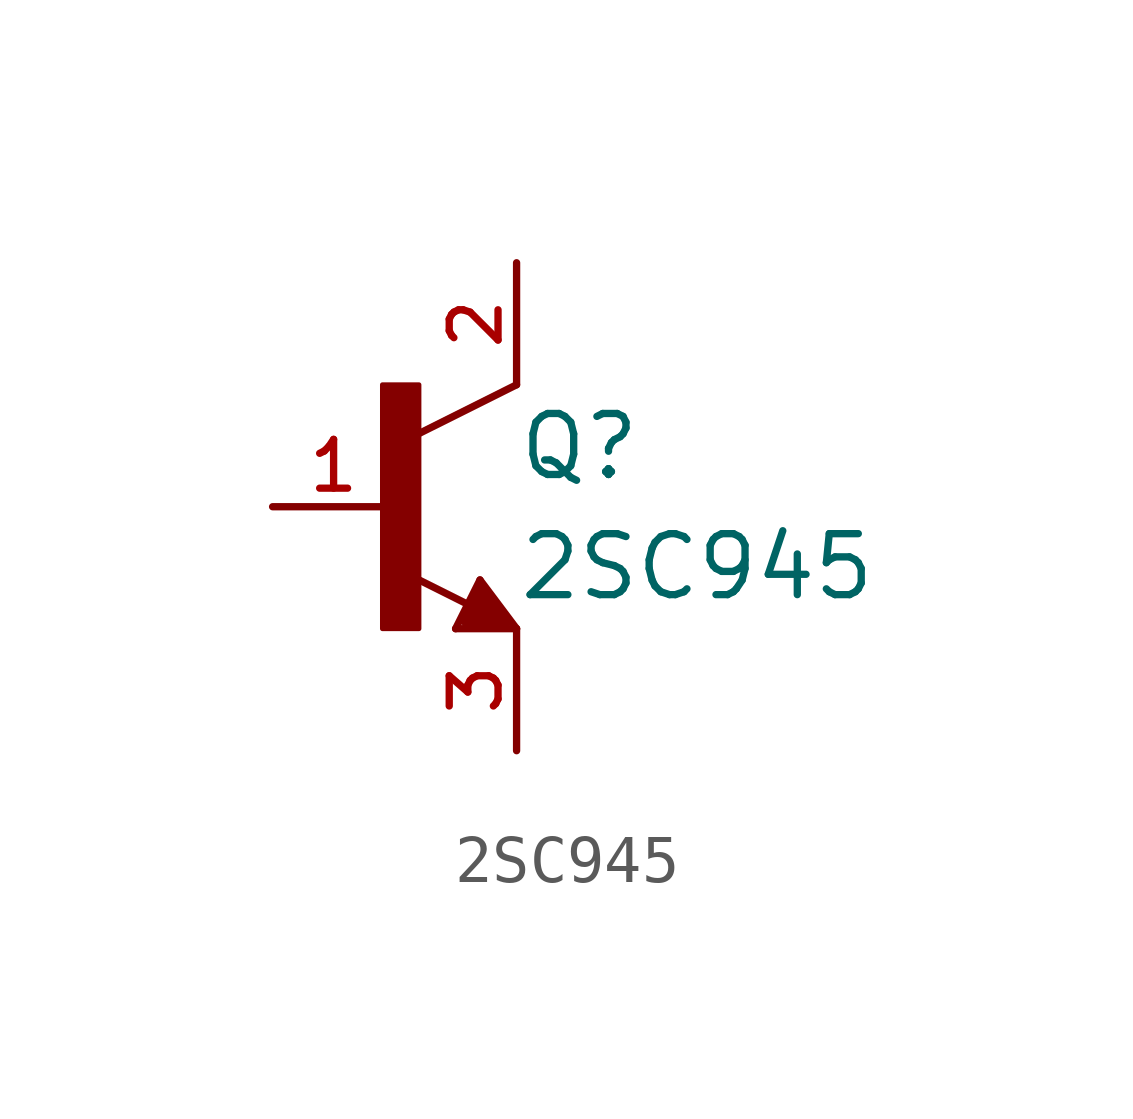
<source format=kicad_sym>
(kicad_symbol_lib
  (version 20211014)
  (generator kicad_symbol_editor)
  (symbol "2SC945"
    (pin_names
      (offset 1.016))
    (property "Reference" "Q"
      (at 2.54 0.508 0)
      (effects (font (size 1.27 1.27)) (justify bottom left)))
    (property "Value" "2SC945"
      (at 2.54 -0.508 0)
      (effects (font (size 1.27 1.27)) (justify top left)))
    (symbol "2SC945_0_0"
      (rectangle (start -0.254 -2.54) (end 0.508 2.54) (stroke (width 0.1)) (fill (type outline)))
      (polyline (pts (xy 2.54 2.54) (xy 0.508 1.524)) (stroke (width 0.152)))
      (polyline (pts (xy 1.778 -1.524) (xy 2.54 -2.54)) (stroke (width 0.152)))
      (polyline (pts (xy 2.54 -2.54) (xy 1.27 -2.54)) (stroke (width 0.152)))
      (polyline (pts (xy 1.27 -2.54) (xy 1.778 -1.524)) (stroke (width 0.152)))
      (polyline (pts (xy 1.54 -2.04) (xy 0.308 -1.424)) (stroke (width 0.152)))
      (polyline (pts (xy 1.524 -2.413) (xy 2.286 -2.413)) (stroke (width 0.254)))
      (polyline (pts (xy 2.286 -2.413) (xy 1.778 -1.778)) (stroke (width 0.254)))
      (polyline (pts (xy 1.778 -1.778) (xy 1.524 -2.286)) (stroke (width 0.254)))
      (polyline (pts (xy 1.524 -2.286) (xy 1.905 -2.286)) (stroke (width 0.254)))
      (polyline (pts (xy 1.905 -2.286) (xy 1.778 -2.032)) (stroke (width 0.254)))
      (pin passive line (at -2.54 0.0 0) (length 2.54) (name "~" (effects (font (size 1.016 1.016)))) (number "1" (effects (font (size 1.016 1.016)))))
      (pin passive line (at 2.54 5.08 270.0) (length 2.54) (name "~" (effects (font (size 1.016 1.016)))) (number "2" (effects (font (size 1.016 1.016)))))
      (pin passive line (at 2.54 -5.08 90.0) (length 2.54) (name "~" (effects (font (size 1.016 1.016)))) (number "3" (effects (font (size 1.016 1.016))))))))
</source>
